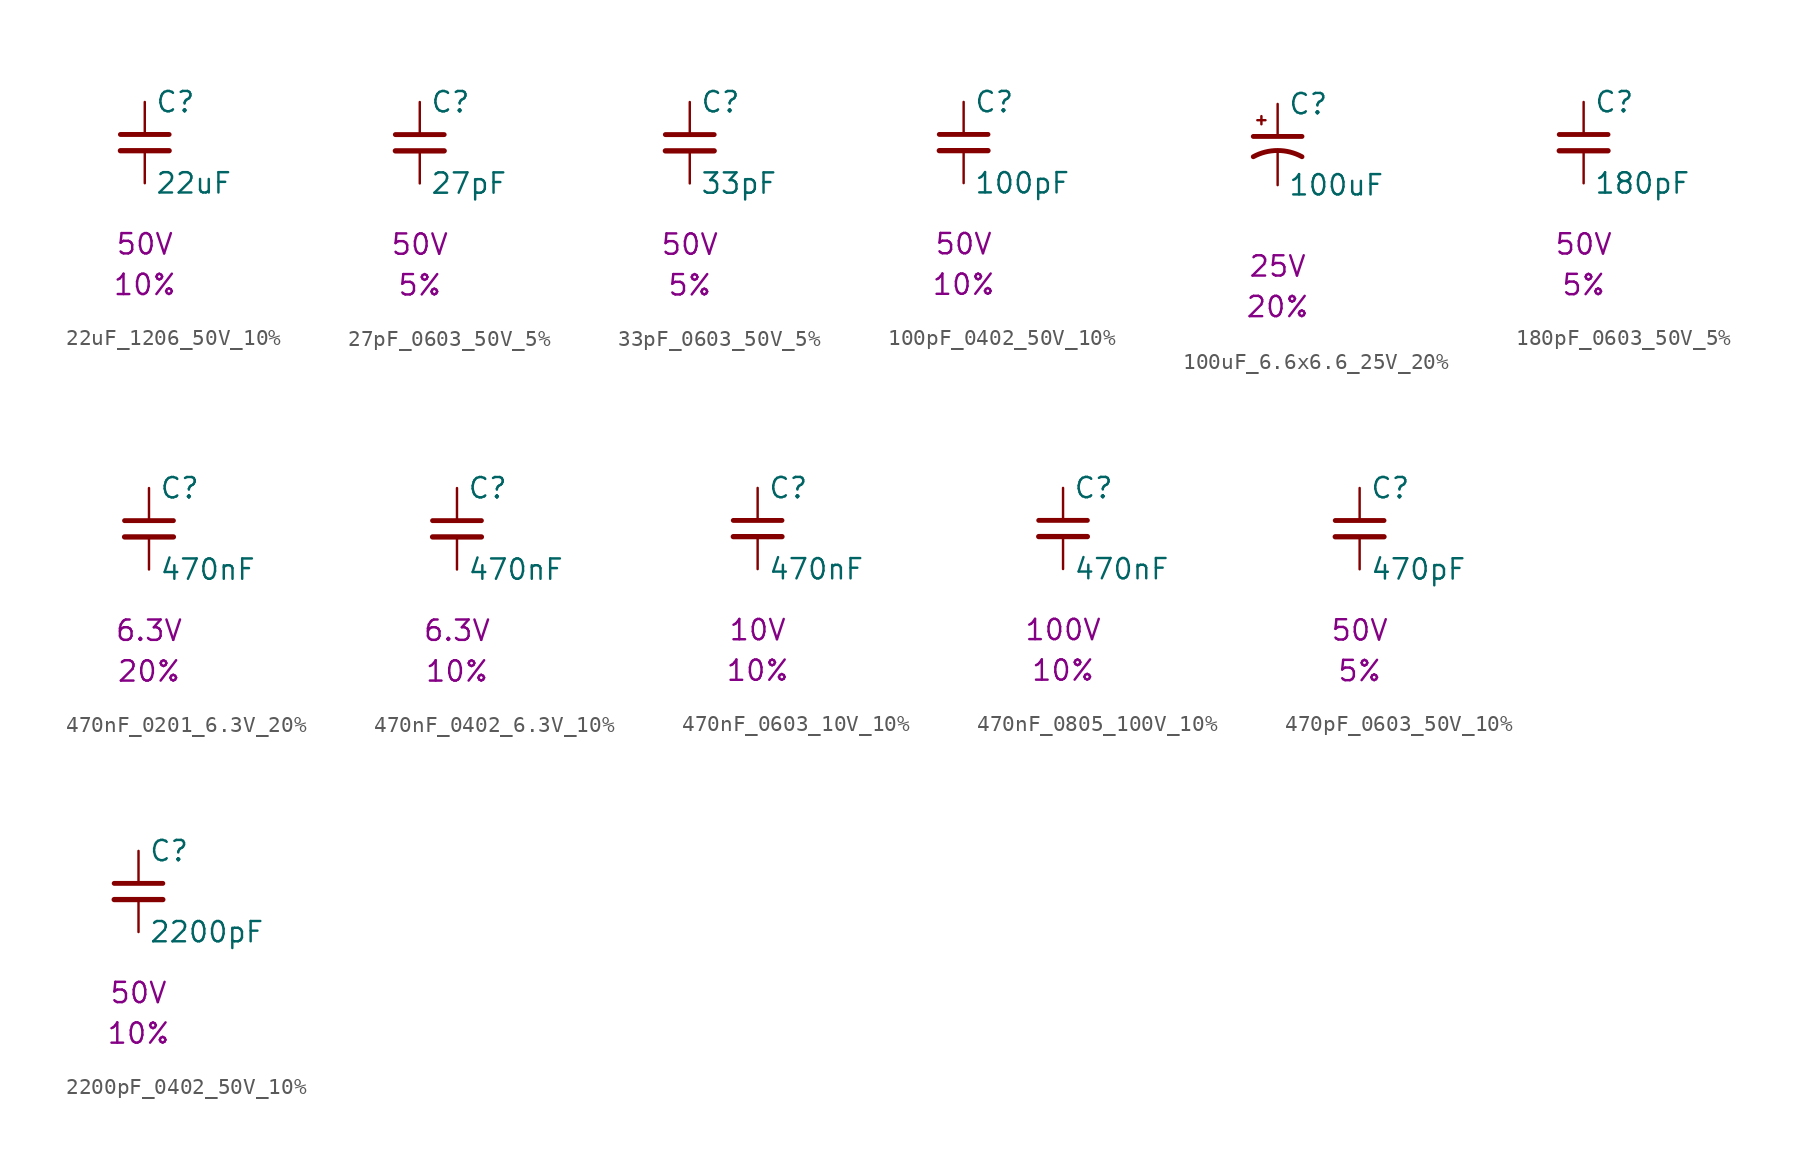
<source format=kicad_sym>
(kicad_symbol_lib
  (version 20231120)
  (generator "kicad_symbol_editor")
  (generator_version "8.0")
  (symbol "22uF_1206_50V_10%"
    (pin_numbers hide)
    (pin_names
      (offset 0.254))
    (property "Reference" "C"
      (at 0.635 2.54 0)
      (effects (font (size 1.27 1.27)) (justify left)))
    (property "Value" "22uF"
      (at 0.635 -2.54 0)
      (effects (font (size 1.27 1.27)) (justify left)))
    (property "Voltage" "50V"
      (at 0 -6.35 0)
      (effects (font (size 1.27 1.27))))
    (property "Tolerance" "10%"
      (at 0 -8.89 0)
      (effects (font (size 1.27 1.27))))
    (symbol "22uF_1206_50V_10%_0_1"
      (polyline (pts (xy -1.524 -0.508) (xy 1.524 -0.508)) (stroke (width 0.33) (type default)) (fill (type none)))
      (polyline (pts (xy -1.524 0.508) (xy 1.524 0.508)) (stroke (width 0.305) (type default)) (fill (type none))))
    (symbol "22uF_1206_50V_10%_1_1"
      (pin passive line (at 0 2.54 270) (length 2.032) (name "~" (effects (font (size 1.27 1.27)))) (number "1" (effects (font (size 1.27 1.27)))))
      (pin passive line (at 0 -2.54 90) (length 2.032) (name "~" (effects (font (size 1.27 1.27)))) (number "2" (effects (font (size 1.27 1.27)))))))
  (symbol "27pF_0603_50V_5%"
    (pin_numbers hide)
    (pin_names
      (offset 0.254))
    (property "Reference" "C"
      (at 0.635 2.54 0)
      (effects (font (size 1.27 1.27)) (justify left)))
    (property "Value" "27pF"
      (at 0.635 -2.54 0)
      (effects (font (size 1.27 1.27)) (justify left)))
    (property "Voltage" "50V"
      (at 0 -6.35 0)
      (effects (font (size 1.27 1.27))))
    (property "Tolerance" "5%"
      (at 0 -8.89 0)
      (effects (font (size 1.27 1.27))))
    (symbol "27pF_0603_50V_5%_0_1"
      (polyline (pts (xy -1.524 -0.508) (xy 1.524 -0.508)) (stroke (width 0.33) (type default)) (fill (type none)))
      (polyline (pts (xy -1.524 0.508) (xy 1.524 0.508)) (stroke (width 0.305) (type default)) (fill (type none))))
    (symbol "27pF_0603_50V_5%_1_1"
      (pin passive line (at 0 2.54 270) (length 2.032) (name "~" (effects (font (size 1.27 1.27)))) (number "1" (effects (font (size 1.27 1.27)))))
      (pin passive line (at 0 -2.54 90) (length 2.032) (name "~" (effects (font (size 1.27 1.27)))) (number "2" (effects (font (size 1.27 1.27)))))))
  (symbol "33pF_0603_50V_5%"
    (pin_numbers hide)
    (pin_names
      (offset 0.254))
    (property "Reference" "C"
      (at 0.635 2.54 0)
      (effects (font (size 1.27 1.27)) (justify left)))
    (property "Value" "33pF"
      (at 0.635 -2.54 0)
      (effects (font (size 1.27 1.27)) (justify left)))
    (property "Voltage" "50V"
      (at 0 -6.35 0)
      (effects (font (size 1.27 1.27))))
    (property "Tolerance" "5%"
      (at 0 -8.89 0)
      (effects (font (size 1.27 1.27))))
    (symbol "33pF_0603_50V_5%_0_1"
      (polyline (pts (xy -1.524 -0.508) (xy 1.524 -0.508)) (stroke (width 0.33) (type default)) (fill (type none)))
      (polyline (pts (xy -1.524 0.508) (xy 1.524 0.508)) (stroke (width 0.305) (type default)) (fill (type none))))
    (symbol "33pF_0603_50V_5%_1_1"
      (pin passive line (at 0 2.54 270) (length 2.032) (name "~" (effects (font (size 1.27 1.27)))) (number "1" (effects (font (size 1.27 1.27)))))
      (pin passive line (at 0 -2.54 90) (length 2.032) (name "~" (effects (font (size 1.27 1.27)))) (number "2" (effects (font (size 1.27 1.27)))))))
  (symbol "100pF_0402_50V_10%"
    (pin_numbers hide)
    (pin_names
      (offset 0.254))
    (property "Reference" "C"
      (at 0.635 2.54 0)
      (effects (font (size 1.27 1.27)) (justify left)))
    (property "Value" "100pF"
      (at 0.635 -2.54 0)
      (effects (font (size 1.27 1.27)) (justify left)))
    (property "Voltage" "50V"
      (at 0 -6.35 0)
      (effects (font (size 1.27 1.27))))
    (property "Tolerance" "10%"
      (at 0 -8.89 0)
      (effects (font (size 1.27 1.27))))
    (symbol "100pF_0402_50V_10%_0_1"
      (polyline (pts (xy -1.524 -0.508) (xy 1.524 -0.508)) (stroke (width 0.33) (type default)) (fill (type none)))
      (polyline (pts (xy -1.524 0.508) (xy 1.524 0.508)) (stroke (width 0.305) (type default)) (fill (type none))))
    (symbol "100pF_0402_50V_10%_1_1"
      (pin passive line (at 0 2.54 270) (length 2.032) (name "~" (effects (font (size 1.27 1.27)))) (number "1" (effects (font (size 1.27 1.27)))))
      (pin passive line (at 0 -2.54 90) (length 2.032) (name "~" (effects (font (size 1.27 1.27)))) (number "2" (effects (font (size 1.27 1.27)))))))
  (symbol "100uF_6.6x6.6_25V_20%"
    (pin_numbers hide)
    (pin_names
      (offset 0.254) hide)
    (property "Reference" "C"
      (at 0.635 2.54 0)
      (effects (font (size 1.27 1.27)) (justify left)))
    (property "Value" "100uF"
      (at 0.635 -2.54 0)
      (effects (font (size 1.27 1.27)) (justify left)))
    (property "Voltage" "25V"
      (at 0 -7.62 0)
      (effects (font (size 1.27 1.27))))
    (property "Tolerance" "20%"
      (at 0 -10.16 0)
      (effects (font (size 1.27 1.27))))
    (symbol "100uF_6.6x6.6_25V_20%_0_1"
      (polyline (pts (xy -1.524 0.508) (xy 1.524 0.508)) (stroke (width 0.305) (type default)) (fill (type none)))
      (polyline (pts (xy -1.27 1.524) (xy -0.762 1.524)) (stroke (width 0) (type default)) (fill (type none)))
      (polyline (pts (xy -1.016 1.27) (xy -1.016 1.778)) (stroke (width 0) (type default)) (fill (type none)))
      (arc (start 1.524 -0.762) (mid 0 -0.3734) (end -1.524 -0.762) (stroke (width 0.3048) (type default)) (fill (type none))))
    (symbol "100uF_6.6x6.6_25V_20%_1_1"
      (pin passive line (at 0 2.54 270) (length 2.032) (name "~" (effects (font (size 1.27 1.27)))) (number "1" (effects (font (size 1.27 1.27)))))
      (pin passive line (at 0 -2.54 90) (length 2.032) (name "~" (effects (font (size 1.27 1.27)))) (number "2" (effects (font (size 1.27 1.27)))))))
  (symbol "180pF_0603_50V_5%"
    (pin_numbers hide)
    (pin_names
      (offset 0.254))
    (property "Reference" "C"
      (at 0.635 2.54 0)
      (effects (font (size 1.27 1.27)) (justify left)))
    (property "Value" "180pF"
      (at 0.635 -2.54 0)
      (effects (font (size 1.27 1.27)) (justify left)))
    (property "Voltage" "50V"
      (at 0 -6.35 0)
      (effects (font (size 1.27 1.27))))
    (property "Tolerance" "5%"
      (at 0 -8.89 0)
      (effects (font (size 1.27 1.27))))
    (symbol "180pF_0603_50V_5%_0_1"
      (polyline (pts (xy -1.524 -0.508) (xy 1.524 -0.508)) (stroke (width 0.33) (type default)) (fill (type none)))
      (polyline (pts (xy -1.524 0.508) (xy 1.524 0.508)) (stroke (width 0.305) (type default)) (fill (type none))))
    (symbol "180pF_0603_50V_5%_1_1"
      (pin passive line (at 0 2.54 270) (length 2.032) (name "~" (effects (font (size 1.27 1.27)))) (number "1" (effects (font (size 1.27 1.27)))))
      (pin passive line (at 0 -2.54 90) (length 2.032) (name "~" (effects (font (size 1.27 1.27)))) (number "2" (effects (font (size 1.27 1.27)))))))
  (symbol "470nF_0201_6.3V_20%"
    (pin_numbers hide)
    (pin_names
      (offset 0.254))
    (property "Reference" "C"
      (at 0.635 2.54 0)
      (effects (font (size 1.27 1.27)) (justify left)))
    (property "Value" "470nF"
      (at 0.635 -2.54 0)
      (effects (font (size 1.27 1.27)) (justify left)))
    (property "Voltage" "6.3V"
      (at 0 -6.35 0)
      (effects (font (size 1.27 1.27))))
    (property "Tolerance" "20%"
      (at 0 -8.89 0)
      (effects (font (size 1.27 1.27))))
    (symbol "470nF_0201_6.3V_20%_0_1"
      (polyline (pts (xy -1.524 -0.508) (xy 1.524 -0.508)) (stroke (width 0.33) (type default)) (fill (type none)))
      (polyline (pts (xy -1.524 0.508) (xy 1.524 0.508)) (stroke (width 0.305) (type default)) (fill (type none))))
    (symbol "470nF_0201_6.3V_20%_1_1"
      (pin passive line (at 0 2.54 270) (length 2.032) (name "~" (effects (font (size 1.27 1.27)))) (number "1" (effects (font (size 1.27 1.27)))))
      (pin passive line (at 0 -2.54 90) (length 2.032) (name "~" (effects (font (size 1.27 1.27)))) (number "2" (effects (font (size 1.27 1.27)))))))
  (symbol "470nF_0402_6.3V_10%"
    (pin_numbers hide)
    (pin_names
      (offset 0.254))
    (property "Reference" "C"
      (at 0.635 2.54 0)
      (effects (font (size 1.27 1.27)) (justify left)))
    (property "Value" "470nF"
      (at 0.635 -2.54 0)
      (effects (font (size 1.27 1.27)) (justify left)))
    (property "Voltage" "6.3V"
      (at 0 -6.35 0)
      (effects (font (size 1.27 1.27))))
    (property "Tolerance" "10%"
      (at 0 -8.89 0)
      (effects (font (size 1.27 1.27))))
    (symbol "470nF_0402_6.3V_10%_0_1"
      (polyline (pts (xy -1.524 -0.508) (xy 1.524 -0.508)) (stroke (width 0.33) (type default)) (fill (type none)))
      (polyline (pts (xy -1.524 0.508) (xy 1.524 0.508)) (stroke (width 0.305) (type default)) (fill (type none))))
    (symbol "470nF_0402_6.3V_10%_1_1"
      (pin passive line (at 0 2.54 270) (length 2.032) (name "~" (effects (font (size 1.27 1.27)))) (number "1" (effects (font (size 1.27 1.27)))))
      (pin passive line (at 0 -2.54 90) (length 2.032) (name "~" (effects (font (size 1.27 1.27)))) (number "2" (effects (font (size 1.27 1.27)))))))
  (symbol "470nF_0603_10V_10%"
    (pin_numbers hide)
    (pin_names
      (offset 0.254))
    (property "Reference" "C"
      (at 0.635 2.54 0)
      (effects (font (size 1.27 1.27)) (justify left)))
    (property "Value" "470nF"
      (at 0.635 -2.54 0)
      (effects (font (size 1.27 1.27)) (justify left)))
    (property "Voltage" "10V"
      (at 0 -6.35 0)
      (effects (font (size 1.27 1.27))))
    (property "Tolerance" "10%"
      (at 0 -8.89 0)
      (effects (font (size 1.27 1.27))))
    (symbol "470nF_0603_10V_10%_0_1"
      (polyline (pts (xy -1.524 -0.508) (xy 1.524 -0.508)) (stroke (width 0.33) (type default)) (fill (type none)))
      (polyline (pts (xy -1.524 0.508) (xy 1.524 0.508)) (stroke (width 0.305) (type default)) (fill (type none))))
    (symbol "470nF_0603_10V_10%_1_1"
      (pin passive line (at 0 2.54 270) (length 2.032) (name "~" (effects (font (size 1.27 1.27)))) (number "1" (effects (font (size 1.27 1.27)))))
      (pin passive line (at 0 -2.54 90) (length 2.032) (name "~" (effects (font (size 1.27 1.27)))) (number "2" (effects (font (size 1.27 1.27)))))))
  (symbol "470nF_0805_100V_10%"
    (pin_numbers hide)
    (pin_names
      (offset 0.254))
    (property "Reference" "C"
      (at 0.635 2.54 0)
      (effects (font (size 1.27 1.27)) (justify left)))
    (property "Value" "470nF"
      (at 0.635 -2.54 0)
      (effects (font (size 1.27 1.27)) (justify left)))
    (property "Voltage" "100V"
      (at 0 -6.35 0)
      (effects (font (size 1.27 1.27))))
    (property "Tolerance" "10%"
      (at 0 -8.89 0)
      (effects (font (size 1.27 1.27))))
    (symbol "470nF_0805_100V_10%_0_1"
      (polyline (pts (xy -1.524 -0.508) (xy 1.524 -0.508)) (stroke (width 0.33) (type default)) (fill (type none)))
      (polyline (pts (xy -1.524 0.508) (xy 1.524 0.508)) (stroke (width 0.305) (type default)) (fill (type none))))
    (symbol "470nF_0805_100V_10%_1_1"
      (pin passive line (at 0 2.54 270) (length 2.032) (name "~" (effects (font (size 1.27 1.27)))) (number "1" (effects (font (size 1.27 1.27)))))
      (pin passive line (at 0 -2.54 90) (length 2.032) (name "~" (effects (font (size 1.27 1.27)))) (number "2" (effects (font (size 1.27 1.27)))))))
  (symbol "470pF_0603_50V_10%"
    (pin_numbers hide)
    (pin_names
      (offset 0.254))
    (property "Reference" "C"
      (at 0.635 2.54 0)
      (effects (font (size 1.27 1.27)) (justify left)))
    (property "Value" "470pF"
      (at 0.635 -2.54 0)
      (effects (font (size 1.27 1.27)) (justify left)))
    (property "Voltage" "50V"
      (at 0 -6.35 0)
      (effects (font (size 1.27 1.27))))
    (property "Tolerance" "5%"
      (at 0 -8.89 0)
      (effects (font (size 1.27 1.27))))
    (symbol "470pF_0603_50V_10%_0_1"
      (polyline (pts (xy -1.524 -0.508) (xy 1.524 -0.508)) (stroke (width 0.33) (type default)) (fill (type none)))
      (polyline (pts (xy -1.524 0.508) (xy 1.524 0.508)) (stroke (width 0.305) (type default)) (fill (type none))))
    (symbol "470pF_0603_50V_10%_1_1"
      (pin passive line (at 0 2.54 270) (length 2.032) (name "~" (effects (font (size 1.27 1.27)))) (number "1" (effects (font (size 1.27 1.27)))))
      (pin passive line (at 0 -2.54 90) (length 2.032) (name "~" (effects (font (size 1.27 1.27)))) (number "2" (effects (font (size 1.27 1.27)))))))
  (symbol "2200pF_0402_50V_10%"
    (pin_numbers hide)
    (pin_names
      (offset 0.254))
    (property "Reference" "C"
      (at 0.635 2.54 0)
      (effects (font (size 1.27 1.27)) (justify left)))
    (property "Value" "2200pF"
      (at 0.635 -2.54 0)
      (effects (font (size 1.27 1.27)) (justify left)))
    (property "Voltage" "50V"
      (at 0 -6.35 0)
      (effects (font (size 1.27 1.27))))
    (property "Tolerance" "10%"
      (at 0 -8.89 0)
      (effects (font (size 1.27 1.27))))
    (symbol "2200pF_0402_50V_10%_0_1"
      (polyline (pts (xy -1.524 -0.508) (xy 1.524 -0.508)) (stroke (width 0.33) (type default)) (fill (type none)))
      (polyline (pts (xy -1.524 0.508) (xy 1.524 0.508)) (stroke (width 0.305) (type default)) (fill (type none))))
    (symbol "2200pF_0402_50V_10%_1_1"
      (pin passive line (at 0 2.54 270) (length 2.032) (name "~" (effects (font (size 1.27 1.27)))) (number "1" (effects (font (size 1.27 1.27)))))
      (pin passive line (at 0 -2.54 90) (length 2.032) (name "~" (effects (font (size 1.27 1.27)))) (number "2" (effects (font (size 1.27 1.27))))))))
</source>
